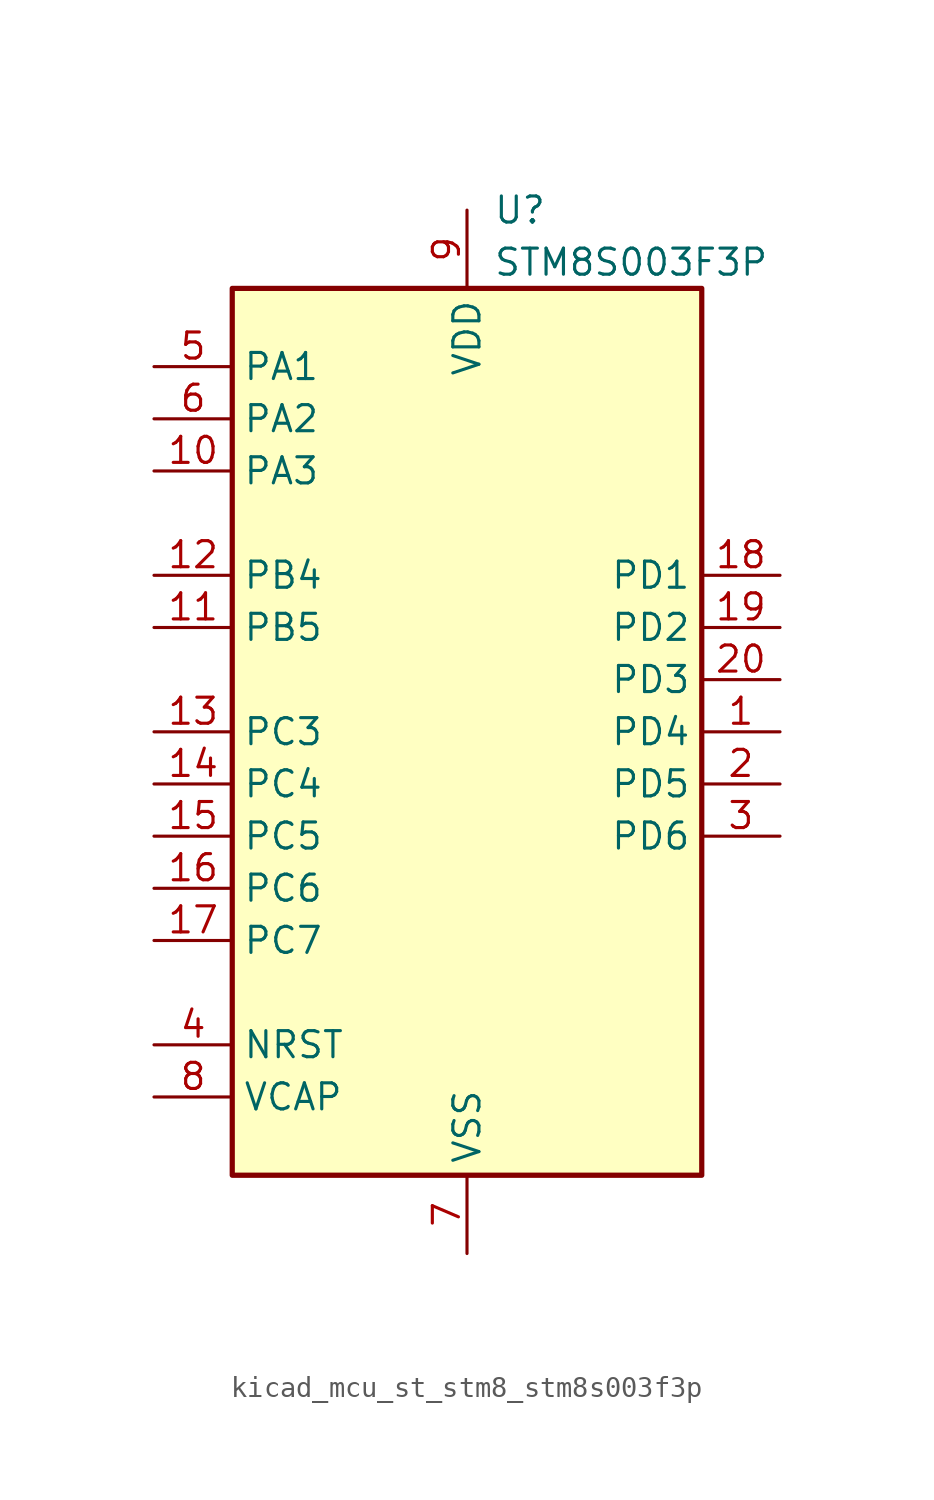
<source format=kicad_sym>
(kicad_symbol_lib
  (version 20220914)
  (generator kicad_symbol_editor)
  (symbol "kicad_mcu_st_stm8_stm8s003f3p"
    (property "Reference" "U"
      (at 1.27 25.4 0)
      (effects (font (size 1.27 1.27)) (justify left)))
    (property "Value" "STM8S003F3P"
      (at 1.27 22.86 0)
      (effects (font (size 1.27 1.27)) (justify left)))
    (symbol "kicad_mcu_st_stm8_stm8s003f3p_0_1"
      (rectangle (start -11.43 21.59) (end 11.43 -21.59) (stroke (width 0.254) (type default)) (fill (type background))))
    (symbol "kicad_mcu_st_stm8_stm8s003f3p_1_1"
      (pin bidirectional line (at 15.24 0 180) (length 3.81) (name "PD4" (effects (font (size 1.27 1.27)))) (number "1" (effects (font (size 1.27 1.27)))))
      (pin bidirectional line (at -15.24 12.7 0) (length 3.81) (name "PA3" (effects (font (size 1.27 1.27)))) (number "10" (effects (font (size 1.27 1.27)))))
      (pin bidirectional line (at -15.24 5.08 0) (length 3.81) (name "PB5" (effects (font (size 1.27 1.27)))) (number "11" (effects (font (size 1.27 1.27)))))
      (pin bidirectional line (at -15.24 7.62 0) (length 3.81) (name "PB4" (effects (font (size 1.27 1.27)))) (number "12" (effects (font (size 1.27 1.27)))))
      (pin bidirectional line (at -15.24 0 0) (length 3.81) (name "PC3" (effects (font (size 1.27 1.27)))) (number "13" (effects (font (size 1.27 1.27)))))
      (pin bidirectional line (at -15.24 -2.54 0) (length 3.81) (name "PC4" (effects (font (size 1.27 1.27)))) (number "14" (effects (font (size 1.27 1.27)))))
      (pin bidirectional line (at -15.24 -5.08 0) (length 3.81) (name "PC5" (effects (font (size 1.27 1.27)))) (number "15" (effects (font (size 1.27 1.27)))))
      (pin bidirectional line (at -15.24 -7.62 0) (length 3.81) (name "PC6" (effects (font (size 1.27 1.27)))) (number "16" (effects (font (size 1.27 1.27)))))
      (pin bidirectional line (at -15.24 -10.16 0) (length 3.81) (name "PC7" (effects (font (size 1.27 1.27)))) (number "17" (effects (font (size 1.27 1.27)))))
      (pin bidirectional line (at 15.24 7.62 180) (length 3.81) (name "PD1" (effects (font (size 1.27 1.27)))) (number "18" (effects (font (size 1.27 1.27)))))
      (pin bidirectional line (at 15.24 5.08 180) (length 3.81) (name "PD2" (effects (font (size 1.27 1.27)))) (number "19" (effects (font (size 1.27 1.27)))))
      (pin bidirectional line (at 15.24 -2.54 180) (length 3.81) (name "PD5" (effects (font (size 1.27 1.27)))) (number "2" (effects (font (size 1.27 1.27)))))
      (pin bidirectional line (at 15.24 2.54 180) (length 3.81) (name "PD3" (effects (font (size 1.27 1.27)))) (number "20" (effects (font (size 1.27 1.27)))))
      (pin bidirectional line (at 15.24 -5.08 180) (length 3.81) (name "PD6" (effects (font (size 1.27 1.27)))) (number "3" (effects (font (size 1.27 1.27)))))
      (pin input line (at -15.24 -15.24 0) (length 3.81) (name "NRST" (effects (font (size 1.27 1.27)))) (number "4" (effects (font (size 1.27 1.27)))))
      (pin bidirectional line (at -15.24 17.78 0) (length 3.81) (name "PA1" (effects (font (size 1.27 1.27)))) (number "5" (effects (font (size 1.27 1.27)))))
      (pin bidirectional line (at -15.24 15.24 0) (length 3.81) (name "PA2" (effects (font (size 1.27 1.27)))) (number "6" (effects (font (size 1.27 1.27)))))
      (pin power_in line (at 0 -25.4 90) (length 3.81) (name "VSS" (effects (font (size 1.27 1.27)))) (number "7" (effects (font (size 1.27 1.27)))))
      (pin passive line (at -15.24 -17.78 0) (length 3.81) (name "VCAP" (effects (font (size 1.27 1.27)))) (number "8" (effects (font (size 1.27 1.27)))))
      (pin power_in line (at 0 25.4 270) (length 3.81) (name "VDD" (effects (font (size 1.27 1.27)))) (number "9" (effects (font (size 1.27 1.27))))))))
</source>
